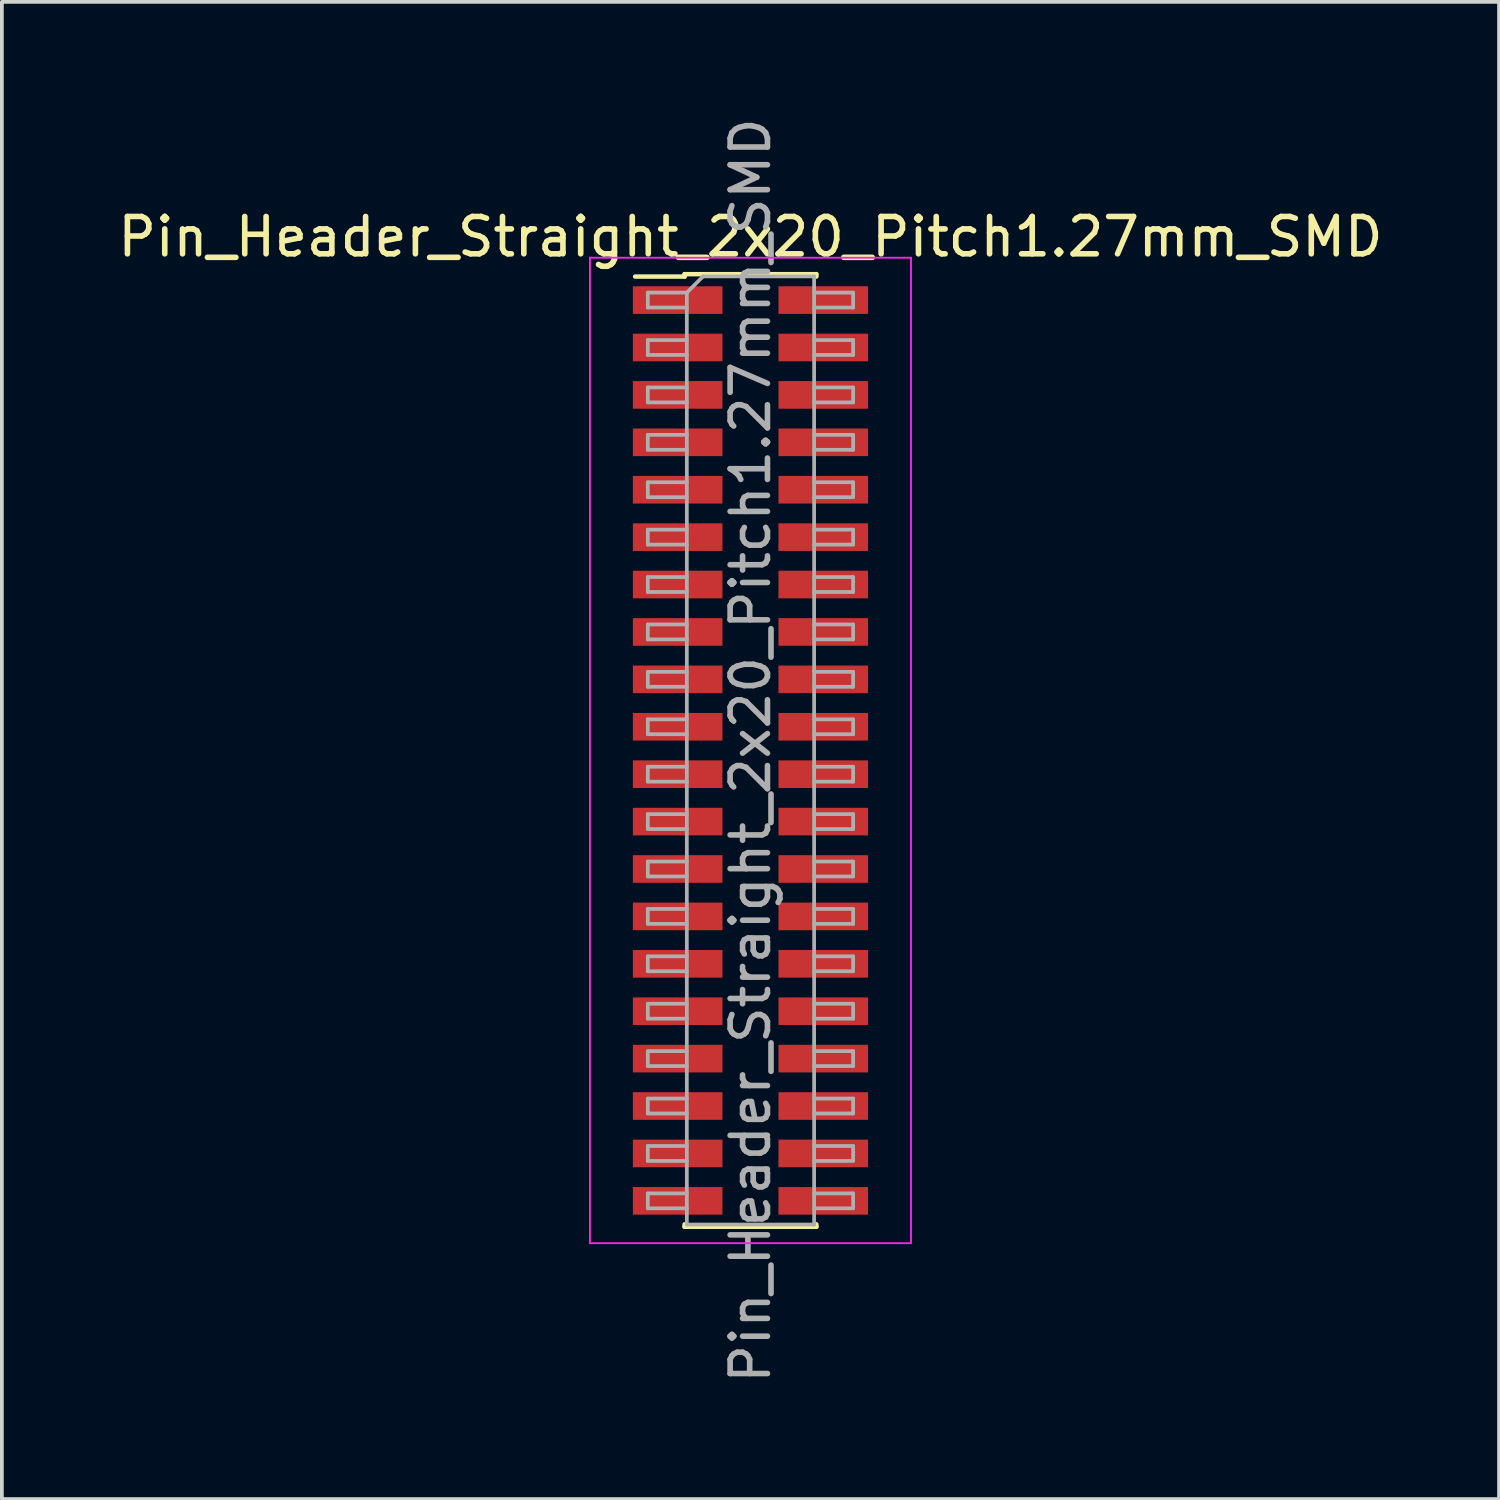
<source format=kicad_pcb>
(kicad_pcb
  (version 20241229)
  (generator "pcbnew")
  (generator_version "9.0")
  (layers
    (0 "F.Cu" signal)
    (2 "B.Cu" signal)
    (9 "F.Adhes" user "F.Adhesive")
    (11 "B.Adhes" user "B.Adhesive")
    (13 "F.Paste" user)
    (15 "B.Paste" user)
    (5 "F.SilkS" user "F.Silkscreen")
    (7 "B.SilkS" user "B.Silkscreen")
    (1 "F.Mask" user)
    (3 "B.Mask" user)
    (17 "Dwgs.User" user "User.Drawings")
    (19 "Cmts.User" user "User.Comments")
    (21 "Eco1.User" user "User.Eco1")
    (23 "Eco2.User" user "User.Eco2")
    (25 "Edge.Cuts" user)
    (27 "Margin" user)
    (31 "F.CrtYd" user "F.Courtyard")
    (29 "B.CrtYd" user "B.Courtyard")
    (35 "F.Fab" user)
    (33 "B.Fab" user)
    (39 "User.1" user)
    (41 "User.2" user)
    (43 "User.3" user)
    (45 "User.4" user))
  (footprint "Pin_Header_Straight_2x20_Pitch1.27mm_SMD"
    (layer "F.Cu")
    (at 17.054 17.054)
    (property "Reference" "Pin_Header_Straight_2x20_Pitch1.27mm_SMD" (at 0 -13.76 0) (layer "F.SilkS") (effects (font (size 1 1) (thickness 0.15))))
    (attr smd)
    (fp_line (start -3.09 -12.695) (end -1.765 -12.695) (stroke (width 0.12) (type solid)) (layer "F.SilkS"))
    (fp_line (start -1.765 -12.76) (end -1.765 -12.695) (stroke (width 0.12) (type solid)) (layer "F.SilkS"))
    (fp_line (start -1.765 -12.76) (end 1.765 -12.76) (stroke (width 0.12) (type solid)) (layer "F.SilkS"))
    (fp_line (start -1.765 12.695) (end -1.765 12.76) (stroke (width 0.12) (type solid)) (layer "F.SilkS"))
    (fp_line (start -1.765 12.76) (end 1.765 12.76) (stroke (width 0.12) (type solid)) (layer "F.SilkS"))
    (fp_line (start 1.765 -12.76) (end 1.765 -12.695) (stroke (width 0.12) (type solid)) (layer "F.SilkS"))
    (fp_line (start 1.765 12.695) (end 1.765 12.76) (stroke (width 0.12) (type solid)) (layer "F.SilkS"))
    (fp_line (start -4.3 -13.2) (end -4.3 13.2) (stroke (width 0.05) (type solid)) (layer "F.CrtYd"))
    (fp_line (start -4.3 13.2) (end 4.3 13.2) (stroke (width 0.05) (type solid)) (layer "F.CrtYd"))
    (fp_line (start 4.3 -13.2) (end -4.3 -13.2) (stroke (width 0.05) (type solid)) (layer "F.CrtYd"))
    (fp_line (start 4.3 13.2) (end 4.3 -13.2) (stroke (width 0.05) (type solid)) (layer "F.CrtYd"))
    (fp_line (start -2.75 -12.265) (end -2.75 -11.865) (stroke (width 0.1) (type solid)) (layer "F.Fab"))
    (fp_line (start -2.75 -11.865) (end -1.705 -11.865) (stroke (width 0.1) (type solid)) (layer "F.Fab"))
    (fp_line (start -2.75 -10.995) (end -2.75 -10.595) (stroke (width 0.1) (type solid)) (layer "F.Fab"))
    (fp_line (start -2.75 -10.595) (end -1.705 -10.595) (stroke (width 0.1) (type solid)) (layer "F.Fab"))
    (fp_line (start -2.75 -9.725) (end -2.75 -9.325) (stroke (width 0.1) (type solid)) (layer "F.Fab"))
    (fp_line (start -2.75 -9.325) (end -1.705 -9.325) (stroke (width 0.1) (type solid)) (layer "F.Fab"))
    (fp_line (start -2.75 -8.455) (end -2.75 -8.055) (stroke (width 0.1) (type solid)) (layer "F.Fab"))
    (fp_line (start -2.75 -8.055) (end -1.705 -8.055) (stroke (width 0.1) (type solid)) (layer "F.Fab"))
    (fp_line (start -2.75 -7.185) (end -2.75 -6.785) (stroke (width 0.1) (type solid)) (layer "F.Fab"))
    (fp_line (start -2.75 -6.785) (end -1.705 -6.785) (stroke (width 0.1) (type solid)) (layer "F.Fab"))
    (fp_line (start -2.75 -5.915) (end -2.75 -5.515) (stroke (width 0.1) (type solid)) (layer "F.Fab"))
    (fp_line (start -2.75 -5.515) (end -1.705 -5.515) (stroke (width 0.1) (type solid)) (layer "F.Fab"))
    (fp_line (start -2.75 -4.645) (end -2.75 -4.245) (stroke (width 0.1) (type solid)) (layer "F.Fab"))
    (fp_line (start -2.75 -4.245) (end -1.705 -4.245) (stroke (width 0.1) (type solid)) (layer "F.Fab"))
    (fp_line (start -2.75 -3.375) (end -2.75 -2.975) (stroke (width 0.1) (type solid)) (layer "F.Fab"))
    (fp_line (start -2.75 -2.975) (end -1.705 -2.975) (stroke (width 0.1) (type solid)) (layer "F.Fab"))
    (fp_line (start -2.75 -2.105) (end -2.75 -1.705) (stroke (width 0.1) (type solid)) (layer "F.Fab"))
    (fp_line (start -2.75 -1.705) (end -1.705 -1.705) (stroke (width 0.1) (type solid)) (layer "F.Fab"))
    (fp_line (start -2.75 -0.835) (end -2.75 -0.435) (stroke (width 0.1) (type solid)) (layer "F.Fab"))
    (fp_line (start -2.75 -0.435) (end -1.705 -0.435) (stroke (width 0.1) (type solid)) (layer "F.Fab"))
    (fp_line (start -2.75 0.435) (end -2.75 0.835) (stroke (width 0.1) (type solid)) (layer "F.Fab"))
    (fp_line (start -2.75 0.835) (end -1.705 0.835) (stroke (width 0.1) (type solid)) (layer "F.Fab"))
    (fp_line (start -2.75 1.705) (end -2.75 2.105) (stroke (width 0.1) (type solid)) (layer "F.Fab"))
    (fp_line (start -2.75 2.105) (end -1.705 2.105) (stroke (width 0.1) (type solid)) (layer "F.Fab"))
    (fp_line (start -2.75 2.975) (end -2.75 3.375) (stroke (width 0.1) (type solid)) (layer "F.Fab"))
    (fp_line (start -2.75 3.375) (end -1.705 3.375) (stroke (width 0.1) (type solid)) (layer "F.Fab"))
    (fp_line (start -2.75 4.245) (end -2.75 4.645) (stroke (width 0.1) (type solid)) (layer "F.Fab"))
    (fp_line (start -2.75 4.645) (end -1.705 4.645) (stroke (width 0.1) (type solid)) (layer "F.Fab"))
    (fp_line (start -2.75 5.515) (end -2.75 5.915) (stroke (width 0.1) (type solid)) (layer "F.Fab"))
    (fp_line (start -2.75 5.915) (end -1.705 5.915) (stroke (width 0.1) (type solid)) (layer "F.Fab"))
    (fp_line (start -2.75 6.785) (end -2.75 7.185) (stroke (width 0.1) (type solid)) (layer "F.Fab"))
    (fp_line (start -2.75 7.185) (end -1.705 7.185) (stroke (width 0.1) (type solid)) (layer "F.Fab"))
    (fp_line (start -2.75 8.055) (end -2.75 8.455) (stroke (width 0.1) (type solid)) (layer "F.Fab"))
    (fp_line (start -2.75 8.455) (end -1.705 8.455) (stroke (width 0.1) (type solid)) (layer "F.Fab"))
    (fp_line (start -2.75 9.325) (end -2.75 9.725) (stroke (width 0.1) (type solid)) (layer "F.Fab"))
    (fp_line (start -2.75 9.725) (end -1.705 9.725) (stroke (width 0.1) (type solid)) (layer "F.Fab"))
    (fp_line (start -2.75 10.595) (end -2.75 10.995) (stroke (width 0.1) (type solid)) (layer "F.Fab"))
    (fp_line (start -2.75 10.995) (end -1.705 10.995) (stroke (width 0.1) (type solid)) (layer "F.Fab"))
    (fp_line (start -2.75 11.865) (end -2.75 12.265) (stroke (width 0.1) (type solid)) (layer "F.Fab"))
    (fp_line (start -2.75 12.265) (end -1.705 12.265) (stroke (width 0.1) (type solid)) (layer "F.Fab"))
    (fp_line (start -1.705 -12.265) (end -2.75 -12.265) (stroke (width 0.1) (type solid)) (layer "F.Fab"))
    (fp_line (start -1.705 -12.265) (end -1.27 -12.7) (stroke (width 0.1) (type solid)) (layer "F.Fab"))
    (fp_line (start -1.705 -10.995) (end -2.75 -10.995) (stroke (width 0.1) (type solid)) (layer "F.Fab"))
    (fp_line (start -1.705 -9.725) (end -2.75 -9.725) (stroke (width 0.1) (type solid)) (layer "F.Fab"))
    (fp_line (start -1.705 -8.455) (end -2.75 -8.455) (stroke (width 0.1) (type solid)) (layer "F.Fab"))
    (fp_line (start -1.705 -7.185) (end -2.75 -7.185) (stroke (width 0.1) (type solid)) (layer "F.Fab"))
    (fp_line (start -1.705 -5.915) (end -2.75 -5.915) (stroke (width 0.1) (type solid)) (layer "F.Fab"))
    (fp_line (start -1.705 -4.645) (end -2.75 -4.645) (stroke (width 0.1) (type solid)) (layer "F.Fab"))
    (fp_line (start -1.705 -3.375) (end -2.75 -3.375) (stroke (width 0.1) (type solid)) (layer "F.Fab"))
    (fp_line (start -1.705 -2.105) (end -2.75 -2.105) (stroke (width 0.1) (type solid)) (layer "F.Fab"))
    (fp_line (start -1.705 -0.835) (end -2.75 -0.835) (stroke (width 0.1) (type solid)) (layer "F.Fab"))
    (fp_line (start -1.705 0.435) (end -2.75 0.435) (stroke (width 0.1) (type solid)) (layer "F.Fab"))
    (fp_line (start -1.705 1.705) (end -2.75 1.705) (stroke (width 0.1) (type solid)) (layer "F.Fab"))
    (fp_line (start -1.705 2.975) (end -2.75 2.975) (stroke (width 0.1) (type solid)) (layer "F.Fab"))
    (fp_line (start -1.705 4.245) (end -2.75 4.245) (stroke (width 0.1) (type solid)) (layer "F.Fab"))
    (fp_line (start -1.705 5.515) (end -2.75 5.515) (stroke (width 0.1) (type solid)) (layer "F.Fab"))
    (fp_line (start -1.705 6.785) (end -2.75 6.785) (stroke (width 0.1) (type solid)) (layer "F.Fab"))
    (fp_line (start -1.705 8.055) (end -2.75 8.055) (stroke (width 0.1) (type solid)) (layer "F.Fab"))
    (fp_line (start -1.705 9.325) (end -2.75 9.325) (stroke (width 0.1) (type solid)) (layer "F.Fab"))
    (fp_line (start -1.705 10.595) (end -2.75 10.595) (stroke (width 0.1) (type solid)) (layer "F.Fab"))
    (fp_line (start -1.705 11.865) (end -2.75 11.865) (stroke (width 0.1) (type solid)) (layer "F.Fab"))
    (fp_line (start -1.705 12.7) (end -1.705 -12.265) (stroke (width 0.1) (type solid)) (layer "F.Fab"))
    (fp_line (start -1.27 -12.7) (end 1.705 -12.7) (stroke (width 0.1) (type solid)) (layer "F.Fab"))
    (fp_line (start 1.705 -12.7) (end 1.705 12.7) (stroke (width 0.1) (type solid)) (layer "F.Fab"))
    (fp_line (start 1.705 -12.265) (end 2.75 -12.265) (stroke (width 0.1) (type solid)) (layer "F.Fab"))
    (fp_line (start 1.705 -10.995) (end 2.75 -10.995) (stroke (width 0.1) (type solid)) (layer "F.Fab"))
    (fp_line (start 1.705 -9.725) (end 2.75 -9.725) (stroke (width 0.1) (type solid)) (layer "F.Fab"))
    (fp_line (start 1.705 -8.455) (end 2.75 -8.455) (stroke (width 0.1) (type solid)) (layer "F.Fab"))
    (fp_line (start 1.705 -7.185) (end 2.75 -7.185) (stroke (width 0.1) (type solid)) (layer "F.Fab"))
    (fp_line (start 1.705 -5.915) (end 2.75 -5.915) (stroke (width 0.1) (type solid)) (layer "F.Fab"))
    (fp_line (start 1.705 -4.645) (end 2.75 -4.645) (stroke (width 0.1) (type solid)) (layer "F.Fab"))
    (fp_line (start 1.705 -3.375) (end 2.75 -3.375) (stroke (width 0.1) (type solid)) (layer "F.Fab"))
    (fp_line (start 1.705 -2.105) (end 2.75 -2.105) (stroke (width 0.1) (type solid)) (layer "F.Fab"))
    (fp_line (start 1.705 -0.835) (end 2.75 -0.835) (stroke (width 0.1) (type solid)) (layer "F.Fab"))
    (fp_line (start 1.705 0.435) (end 2.75 0.435) (stroke (width 0.1) (type solid)) (layer "F.Fab"))
    (fp_line (start 1.705 1.705) (end 2.75 1.705) (stroke (width 0.1) (type solid)) (layer "F.Fab"))
    (fp_line (start 1.705 2.975) (end 2.75 2.975) (stroke (width 0.1) (type solid)) (layer "F.Fab"))
    (fp_line (start 1.705 4.245) (end 2.75 4.245) (stroke (width 0.1) (type solid)) (layer "F.Fab"))
    (fp_line (start 1.705 5.515) (end 2.75 5.515) (stroke (width 0.1) (type solid)) (layer "F.Fab"))
    (fp_line (start 1.705 6.785) (end 2.75 6.785) (stroke (width 0.1) (type solid)) (layer "F.Fab"))
    (fp_line (start 1.705 8.055) (end 2.75 8.055) (stroke (width 0.1) (type solid)) (layer "F.Fab"))
    (fp_line (start 1.705 9.325) (end 2.75 9.325) (stroke (width 0.1) (type solid)) (layer "F.Fab"))
    (fp_line (start 1.705 10.595) (end 2.75 10.595) (stroke (width 0.1) (type solid)) (layer "F.Fab"))
    (fp_line (start 1.705 11.865) (end 2.75 11.865) (stroke (width 0.1) (type solid)) (layer "F.Fab"))
    (fp_line (start 1.705 12.7) (end -1.705 12.7) (stroke (width 0.1) (type solid)) (layer "F.Fab"))
    (fp_line (start 2.75 -12.265) (end 2.75 -11.865) (stroke (width 0.1) (type solid)) (layer "F.Fab"))
    (fp_line (start 2.75 -11.865) (end 1.705 -11.865) (stroke (width 0.1) (type solid)) (layer "F.Fab"))
    (fp_line (start 2.75 -10.995) (end 2.75 -10.595) (stroke (width 0.1) (type solid)) (layer "F.Fab"))
    (fp_line (start 2.75 -10.595) (end 1.705 -10.595) (stroke (width 0.1) (type solid)) (layer "F.Fab"))
    (fp_line (start 2.75 -9.725) (end 2.75 -9.325) (stroke (width 0.1) (type solid)) (layer "F.Fab"))
    (fp_line (start 2.75 -9.325) (end 1.705 -9.325) (stroke (width 0.1) (type solid)) (layer "F.Fab"))
    (fp_line (start 2.75 -8.455) (end 2.75 -8.055) (stroke (width 0.1) (type solid)) (layer "F.Fab"))
    (fp_line (start 2.75 -8.055) (end 1.705 -8.055) (stroke (width 0.1) (type solid)) (layer "F.Fab"))
    (fp_line (start 2.75 -7.185) (end 2.75 -6.785) (stroke (width 0.1) (type solid)) (layer "F.Fab"))
    (fp_line (start 2.75 -6.785) (end 1.705 -6.785) (stroke (width 0.1) (type solid)) (layer "F.Fab"))
    (fp_line (start 2.75 -5.915) (end 2.75 -5.515) (stroke (width 0.1) (type solid)) (layer "F.Fab"))
    (fp_line (start 2.75 -5.515) (end 1.705 -5.515) (stroke (width 0.1) (type solid)) (layer "F.Fab"))
    (fp_line (start 2.75 -4.645) (end 2.75 -4.245) (stroke (width 0.1) (type solid)) (layer "F.Fab"))
    (fp_line (start 2.75 -4.245) (end 1.705 -4.245) (stroke (width 0.1) (type solid)) (layer "F.Fab"))
    (fp_line (start 2.75 -3.375) (end 2.75 -2.975) (stroke (width 0.1) (type solid)) (layer "F.Fab"))
    (fp_line (start 2.75 -2.975) (end 1.705 -2.975) (stroke (width 0.1) (type solid)) (layer "F.Fab"))
    (fp_line (start 2.75 -2.105) (end 2.75 -1.705) (stroke (width 0.1) (type solid)) (layer "F.Fab"))
    (fp_line (start 2.75 -1.705) (end 1.705 -1.705) (stroke (width 0.1) (type solid)) (layer "F.Fab"))
    (fp_line (start 2.75 -0.835) (end 2.75 -0.435) (stroke (width 0.1) (type solid)) (layer "F.Fab"))
    (fp_line (start 2.75 -0.435) (end 1.705 -0.435) (stroke (width 0.1) (type solid)) (layer "F.Fab"))
    (fp_line (start 2.75 0.435) (end 2.75 0.835) (stroke (width 0.1) (type solid)) (layer "F.Fab"))
    (fp_line (start 2.75 0.835) (end 1.705 0.835) (stroke (width 0.1) (type solid)) (layer "F.Fab"))
    (fp_line (start 2.75 1.705) (end 2.75 2.105) (stroke (width 0.1) (type solid)) (layer "F.Fab"))
    (fp_line (start 2.75 2.105) (end 1.705 2.105) (stroke (width 0.1) (type solid)) (layer "F.Fab"))
    (fp_line (start 2.75 2.975) (end 2.75 3.375) (stroke (width 0.1) (type solid)) (layer "F.Fab"))
    (fp_line (start 2.75 3.375) (end 1.705 3.375) (stroke (width 0.1) (type solid)) (layer "F.Fab"))
    (fp_line (start 2.75 4.245) (end 2.75 4.645) (stroke (width 0.1) (type solid)) (layer "F.Fab"))
    (fp_line (start 2.75 4.645) (end 1.705 4.645) (stroke (width 0.1) (type solid)) (layer "F.Fab"))
    (fp_line (start 2.75 5.515) (end 2.75 5.915) (stroke (width 0.1) (type solid)) (layer "F.Fab"))
    (fp_line (start 2.75 5.915) (end 1.705 5.915) (stroke (width 0.1) (type solid)) (layer "F.Fab"))
    (fp_line (start 2.75 6.785) (end 2.75 7.185) (stroke (width 0.1) (type solid)) (layer "F.Fab"))
    (fp_line (start 2.75 7.185) (end 1.705 7.185) (stroke (width 0.1) (type solid)) (layer "F.Fab"))
    (fp_line (start 2.75 8.055) (end 2.75 8.455) (stroke (width 0.1) (type solid)) (layer "F.Fab"))
    (fp_line (start 2.75 8.455) (end 1.705 8.455) (stroke (width 0.1) (type solid)) (layer "F.Fab"))
    (fp_line (start 2.75 9.325) (end 2.75 9.725) (stroke (width 0.1) (type solid)) (layer "F.Fab"))
    (fp_line (start 2.75 9.725) (end 1.705 9.725) (stroke (width 0.1) (type solid)) (layer "F.Fab"))
    (fp_line (start 2.75 10.595) (end 2.75 10.995) (stroke (width 0.1) (type solid)) (layer "F.Fab"))
    (fp_line (start 2.75 10.995) (end 1.705 10.995) (stroke (width 0.1) (type solid)) (layer "F.Fab"))
    (fp_line (start 2.75 11.865) (end 2.75 12.265) (stroke (width 0.1) (type solid)) (layer "F.Fab"))
    (fp_line (start 2.75 12.265) (end 1.705 12.265) (stroke (width 0.1) (type solid)) (layer "F.Fab"))
    (fp_text user "${REFERENCE}" (at 0 0 90) (layer "F.Fab") (effects (font (size 1 1) (thickness 0.15))))
    (pad "1" smd rect (at -1.95 -12.065) (size 2.4 0.74) (layers "F.Cu" "F.Mask" "F.Paste"))
    (pad "2" smd rect (at 1.95 -12.065) (size 2.4 0.74) (layers "F.Cu" "F.Mask" "F.Paste"))
    (pad "3" smd rect (at -1.95 -10.795) (size 2.4 0.74) (layers "F.Cu" "F.Mask" "F.Paste"))
    (pad "4" smd rect (at 1.95 -10.795) (size 2.4 0.74) (layers "F.Cu" "F.Mask" "F.Paste"))
    (pad "5" smd rect (at -1.95 -9.525) (size 2.4 0.74) (layers "F.Cu" "F.Mask" "F.Paste"))
    (pad "6" smd rect (at 1.95 -9.525) (size 2.4 0.74) (layers "F.Cu" "F.Mask" "F.Paste"))
    (pad "7" smd rect (at -1.95 -8.255) (size 2.4 0.74) (layers "F.Cu" "F.Mask" "F.Paste"))
    (pad "8" smd rect (at 1.95 -8.255) (size 2.4 0.74) (layers "F.Cu" "F.Mask" "F.Paste"))
    (pad "9" smd rect (at -1.95 -6.985) (size 2.4 0.74) (layers "F.Cu" "F.Mask" "F.Paste"))
    (pad "10" smd rect (at 1.95 -6.985) (size 2.4 0.74) (layers "F.Cu" "F.Mask" "F.Paste"))
    (pad "11" smd rect (at -1.95 -5.715) (size 2.4 0.74) (layers "F.Cu" "F.Mask" "F.Paste"))
    (pad "12" smd rect (at 1.95 -5.715) (size 2.4 0.74) (layers "F.Cu" "F.Mask" "F.Paste"))
    (pad "13" smd rect (at -1.95 -4.445) (size 2.4 0.74) (layers "F.Cu" "F.Mask" "F.Paste"))
    (pad "14" smd rect (at 1.95 -4.445) (size 2.4 0.74) (layers "F.Cu" "F.Mask" "F.Paste"))
    (pad "15" smd rect (at -1.95 -3.175) (size 2.4 0.74) (layers "F.Cu" "F.Mask" "F.Paste"))
    (pad "16" smd rect (at 1.95 -3.175) (size 2.4 0.74) (layers "F.Cu" "F.Mask" "F.Paste"))
    (pad "17" smd rect (at -1.95 -1.905) (size 2.4 0.74) (layers "F.Cu" "F.Mask" "F.Paste"))
    (pad "18" smd rect (at 1.95 -1.905) (size 2.4 0.74) (layers "F.Cu" "F.Mask" "F.Paste"))
    (pad "19" smd rect (at -1.95 -0.635) (size 2.4 0.74) (layers "F.Cu" "F.Mask" "F.Paste"))
    (pad "20" smd rect (at 1.95 -0.635) (size 2.4 0.74) (layers "F.Cu" "F.Mask" "F.Paste"))
    (pad "21" smd rect (at -1.95 0.635) (size 2.4 0.74) (layers "F.Cu" "F.Mask" "F.Paste"))
    (pad "22" smd rect (at 1.95 0.635) (size 2.4 0.74) (layers "F.Cu" "F.Mask" "F.Paste"))
    (pad "23" smd rect (at -1.95 1.905) (size 2.4 0.74) (layers "F.Cu" "F.Mask" "F.Paste"))
    (pad "24" smd rect (at 1.95 1.905) (size 2.4 0.74) (layers "F.Cu" "F.Mask" "F.Paste"))
    (pad "25" smd rect (at -1.95 3.175) (size 2.4 0.74) (layers "F.Cu" "F.Mask" "F.Paste"))
    (pad "26" smd rect (at 1.95 3.175) (size 2.4 0.74) (layers "F.Cu" "F.Mask" "F.Paste"))
    (pad "27" smd rect (at -1.95 4.445) (size 2.4 0.74) (layers "F.Cu" "F.Mask" "F.Paste"))
    (pad "28" smd rect (at 1.95 4.445) (size 2.4 0.74) (layers "F.Cu" "F.Mask" "F.Paste"))
    (pad "29" smd rect (at -1.95 5.715) (size 2.4 0.74) (layers "F.Cu" "F.Mask" "F.Paste"))
    (pad "30" smd rect (at 1.95 5.715) (size 2.4 0.74) (layers "F.Cu" "F.Mask" "F.Paste"))
    (pad "31" smd rect (at -1.95 6.985) (size 2.4 0.74) (layers "F.Cu" "F.Mask" "F.Paste"))
    (pad "32" smd rect (at 1.95 6.985) (size 2.4 0.74) (layers "F.Cu" "F.Mask" "F.Paste"))
    (pad "33" smd rect (at -1.95 8.255) (size 2.4 0.74) (layers "F.Cu" "F.Mask" "F.Paste"))
    (pad "34" smd rect (at 1.95 8.255) (size 2.4 0.74) (layers "F.Cu" "F.Mask" "F.Paste"))
    (pad "35" smd rect (at -1.95 9.525) (size 2.4 0.74) (layers "F.Cu" "F.Mask" "F.Paste"))
    (pad "36" smd rect (at 1.95 9.525) (size 2.4 0.74) (layers "F.Cu" "F.Mask" "F.Paste"))
    (pad "37" smd rect (at -1.95 10.795) (size 2.4 0.74) (layers "F.Cu" "F.Mask" "F.Paste"))
    (pad "38" smd rect (at 1.95 10.795) (size 2.4 0.74) (layers "F.Cu" "F.Mask" "F.Paste"))
    (pad "39" smd rect (at -1.95 12.065) (size 2.4 0.74) (layers "F.Cu" "F.Mask" "F.Paste"))
    (pad "40" smd rect (at 1.95 12.065) (size 2.4 0.74) (layers "F.Cu" "F.Mask" "F.Paste")))
  (gr_rect
    (start -3 -3)
    (end 37.107 37.107)
    (stroke (width 0.1) (type default))
    (fill no)
    (layer "Edge.Cuts")))
</source>
